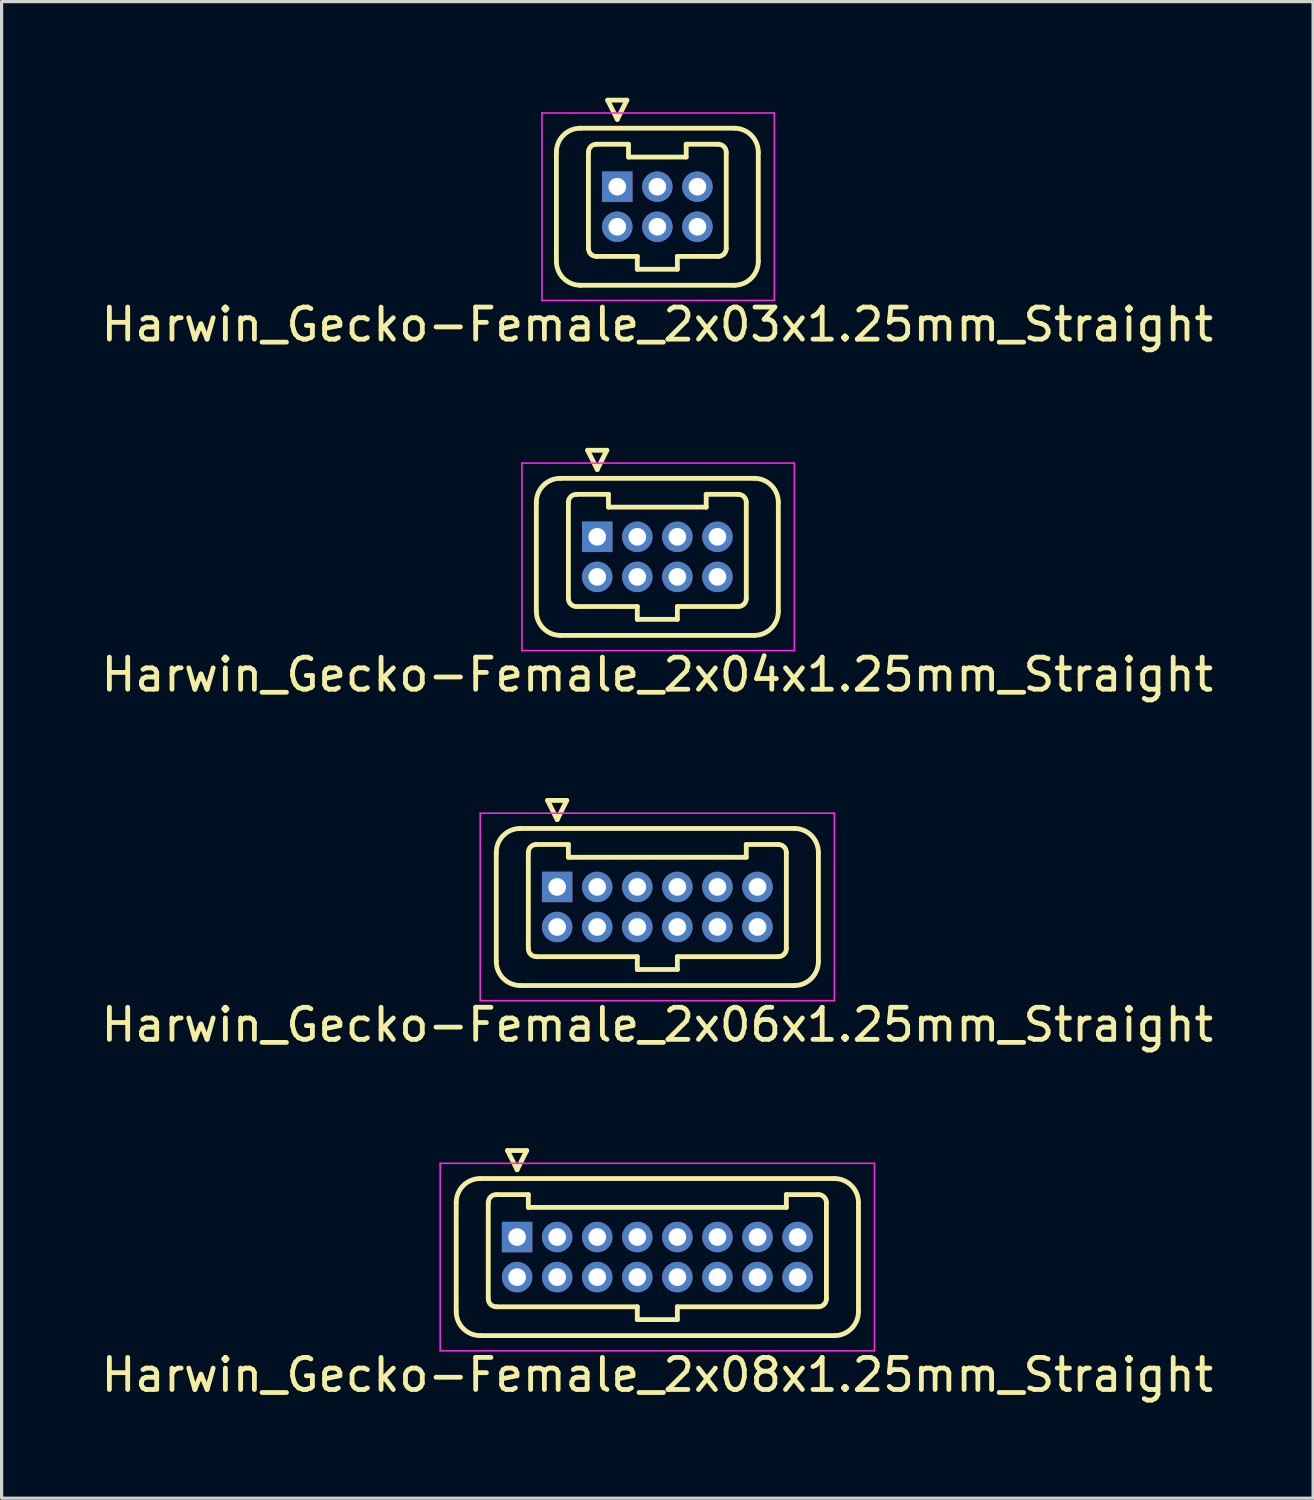
<source format=kicad_pcb>
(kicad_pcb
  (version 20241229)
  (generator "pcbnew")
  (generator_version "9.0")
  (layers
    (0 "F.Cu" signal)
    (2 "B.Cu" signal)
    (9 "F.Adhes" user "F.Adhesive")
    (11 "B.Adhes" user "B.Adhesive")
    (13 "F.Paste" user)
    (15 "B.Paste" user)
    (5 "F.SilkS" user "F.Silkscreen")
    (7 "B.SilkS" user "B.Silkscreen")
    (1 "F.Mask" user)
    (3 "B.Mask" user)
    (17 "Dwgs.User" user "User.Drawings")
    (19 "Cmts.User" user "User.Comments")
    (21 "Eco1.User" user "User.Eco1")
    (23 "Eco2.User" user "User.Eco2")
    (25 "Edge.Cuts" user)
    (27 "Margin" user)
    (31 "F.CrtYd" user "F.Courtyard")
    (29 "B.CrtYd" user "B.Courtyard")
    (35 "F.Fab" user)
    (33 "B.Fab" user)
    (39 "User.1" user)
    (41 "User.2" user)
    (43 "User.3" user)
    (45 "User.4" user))
  (footprint "Harwin_Gecko-Female_2x03x1.25mm_Straight"
    (layer "F.Cu")
    (at 16.208 2.775)
    (property "Reference" "Harwin_Gecko-Female_2x03x1.25mm_Straight" (at 1.25 4.3 0) (layer "F.SilkS") (effects (font (size 1 1) (thickness 0.15))))
    (attr through_hole)
    (fp_line (start -1.9 -1.075) (end -1.9 2.325) (stroke (width 0.15) (type solid)) (layer "F.SilkS"))
    (fp_line (start -1.15 -1.825) (end 3.65 -1.825) (stroke (width 0.15) (type solid)) (layer "F.SilkS"))
    (fp_line (start -1.15 3.075) (end 3.65 3.075) (stroke (width 0.15) (type solid)) (layer "F.SilkS"))
    (fp_line (start -0.9 -1.075) (end -0.9 1.925) (stroke (width 0.15) (type solid)) (layer "F.SilkS"))
    (fp_line (start -0.65 -1.325) (end 0.35 -1.325) (stroke (width 0.15) (type solid)) (layer "F.SilkS"))
    (fp_line (start -0.65 2.175) (end 0.625 2.175) (stroke (width 0.15) (type solid)) (layer "F.SilkS"))
    (fp_line (start -0.3 -2.7) (end 0.3 -2.7) (stroke (width 0.15) (type solid)) (layer "F.SilkS"))
    (fp_line (start 0 -2.1) (end -0.3 -2.7) (stroke (width 0.15) (type solid)) (layer "F.SilkS"))
    (fp_line (start 0.3 -2.7) (end 0 -2.1) (stroke (width 0.15) (type solid)) (layer "F.SilkS"))
    (fp_line (start 0.35 -1.325) (end 0.35 -0.925) (stroke (width 0.15) (type solid)) (layer "F.SilkS"))
    (fp_line (start 0.35 -0.925) (end 2.15 -0.925) (stroke (width 0.15) (type solid)) (layer "F.SilkS"))
    (fp_line (start 0.625 2.175) (end 0.625 2.575) (stroke (width 0.15) (type solid)) (layer "F.SilkS"))
    (fp_line (start 0.625 2.575) (end 1.875 2.575) (stroke (width 0.15) (type solid)) (layer "F.SilkS"))
    (fp_line (start 1.875 2.175) (end 3.15 2.175) (stroke (width 0.15) (type solid)) (layer "F.SilkS"))
    (fp_line (start 1.875 2.575) (end 1.875 2.175) (stroke (width 0.15) (type solid)) (layer "F.SilkS"))
    (fp_line (start 2.15 -1.325) (end 3.15 -1.325) (stroke (width 0.15) (type solid)) (layer "F.SilkS"))
    (fp_line (start 2.15 -0.925) (end 2.15 -1.325) (stroke (width 0.15) (type solid)) (layer "F.SilkS"))
    (fp_line (start 3.4 -1.075) (end 3.4 1.925) (stroke (width 0.15) (type solid)) (layer "F.SilkS"))
    (fp_line (start 4.4 -1.075) (end 4.4 2.325) (stroke (width 0.15) (type solid)) (layer "F.SilkS"))
    (fp_arc (start -1.9 -1.075) (mid -1.68033 -1.60533) (end -1.15 -1.825) (stroke (width 0.15) (type solid)) (layer "F.SilkS"))
    (fp_arc (start -1.15 3.075) (mid -1.68033 2.85533) (end -1.9 2.325) (stroke (width 0.15) (type solid)) (layer "F.SilkS"))
    (fp_arc (start -0.9 -1.075) (mid -0.826777 -1.251777) (end -0.65 -1.325) (stroke (width 0.15) (type solid)) (layer "F.SilkS"))
    (fp_arc (start -0.65 2.175) (mid -0.826777 2.101777) (end -0.9 1.925) (stroke (width 0.15) (type solid)) (layer "F.SilkS"))
    (fp_arc (start 3.15 -1.325) (mid 3.326777 -1.251777) (end 3.4 -1.075) (stroke (width 0.15) (type solid)) (layer "F.SilkS"))
    (fp_arc (start 3.4 1.925) (mid 3.326777 2.101777) (end 3.15 2.175) (stroke (width 0.15) (type solid)) (layer "F.SilkS"))
    (fp_arc (start 3.65 -1.825) (mid 4.18033 -1.60533) (end 4.4 -1.075) (stroke (width 0.15) (type solid)) (layer "F.SilkS"))
    (fp_arc (start 4.4 2.325) (mid 4.18033 2.85533) (end 3.65 3.075) (stroke (width 0.15) (type solid)) (layer "F.SilkS"))
    (fp_line (start -2.35 -2.3) (end -2.35 3.55) (stroke (width 0.05) (type solid)) (layer "F.CrtYd"))
    (fp_line (start -2.35 3.55) (end 4.9 3.55) (stroke (width 0.05) (type solid)) (layer "F.CrtYd"))
    (fp_line (start 4.9 -2.3) (end -2.35 -2.3) (stroke (width 0.05) (type solid)) (layer "F.CrtYd"))
    (fp_line (start 4.9 3.55) (end 4.9 -2.3) (stroke (width 0.05) (type solid)) (layer "F.CrtYd"))
    (pad "1" thru_hole rect (at 0 0) (size 0.95 0.95) (drill 0.55) (layers "*.Cu" "*.Mask"))
    (pad "2" thru_hole circle (at 0 1.25) (size 0.95 0.95) (drill 0.55) (layers "*.Cu" "*.Mask"))
    (pad "3" thru_hole circle (at 1.25 0) (size 0.95 0.95) (drill 0.55) (layers "*.Cu" "*.Mask"))
    (pad "4" thru_hole circle (at 1.25 1.25) (size 0.95 0.95) (drill 0.55) (layers "*.Cu" "*.Mask"))
    (pad "5" thru_hole circle (at 2.5 0) (size 0.95 0.95) (drill 0.55) (layers "*.Cu" "*.Mask"))
    (pad "6" thru_hole circle (at 2.5 1.25) (size 0.95 0.95) (drill 0.55) (layers "*.Cu" "*.Mask")))
  (footprint "Harwin_Gecko-Female_2x04x1.25mm_Straight"
    (layer "F.Cu")
    (at 15.583 13.698)
    (property "Reference" "Harwin_Gecko-Female_2x04x1.25mm_Straight" (at 1.875 4.3 0) (layer "F.SilkS") (effects (font (size 1 1) (thickness 0.15))))
    (attr through_hole)
    (fp_line (start -1.9 -1.075) (end -1.9 2.325) (stroke (width 0.15) (type solid)) (layer "F.SilkS"))
    (fp_line (start -1.15 -1.825) (end 4.9 -1.825) (stroke (width 0.15) (type solid)) (layer "F.SilkS"))
    (fp_line (start -1.15 3.075) (end 4.9 3.075) (stroke (width 0.15) (type solid)) (layer "F.SilkS"))
    (fp_line (start -0.9 -1.075) (end -0.9 1.925) (stroke (width 0.15) (type solid)) (layer "F.SilkS"))
    (fp_line (start -0.65 -1.325) (end 0.35 -1.325) (stroke (width 0.15) (type solid)) (layer "F.SilkS"))
    (fp_line (start -0.65 2.175) (end 1.25 2.175) (stroke (width 0.15) (type solid)) (layer "F.SilkS"))
    (fp_line (start -0.3 -2.7) (end 0.3 -2.7) (stroke (width 0.15) (type solid)) (layer "F.SilkS"))
    (fp_line (start 0 -2.1) (end -0.3 -2.7) (stroke (width 0.15) (type solid)) (layer "F.SilkS"))
    (fp_line (start 0.3 -2.7) (end 0 -2.1) (stroke (width 0.15) (type solid)) (layer "F.SilkS"))
    (fp_line (start 0.35 -1.325) (end 0.35 -0.925) (stroke (width 0.15) (type solid)) (layer "F.SilkS"))
    (fp_line (start 0.35 -0.925) (end 3.4 -0.925) (stroke (width 0.15) (type solid)) (layer "F.SilkS"))
    (fp_line (start 1.25 2.175) (end 1.25 2.575) (stroke (width 0.15) (type solid)) (layer "F.SilkS"))
    (fp_line (start 1.25 2.575) (end 2.5 2.575) (stroke (width 0.15) (type solid)) (layer "F.SilkS"))
    (fp_line (start 2.5 2.175) (end 4.4 2.175) (stroke (width 0.15) (type solid)) (layer "F.SilkS"))
    (fp_line (start 2.5 2.575) (end 2.5 2.175) (stroke (width 0.15) (type solid)) (layer "F.SilkS"))
    (fp_line (start 3.4 -1.325) (end 4.4 -1.325) (stroke (width 0.15) (type solid)) (layer "F.SilkS"))
    (fp_line (start 3.4 -0.925) (end 3.4 -1.325) (stroke (width 0.15) (type solid)) (layer "F.SilkS"))
    (fp_line (start 4.65 -1.075) (end 4.65 1.925) (stroke (width 0.15) (type solid)) (layer "F.SilkS"))
    (fp_line (start 5.65 -1.075) (end 5.65 2.325) (stroke (width 0.15) (type solid)) (layer "F.SilkS"))
    (fp_arc (start -1.9 -1.075) (mid -1.68033 -1.60533) (end -1.15 -1.825) (stroke (width 0.15) (type solid)) (layer "F.SilkS"))
    (fp_arc (start -1.15 3.075) (mid -1.68033 2.85533) (end -1.9 2.325) (stroke (width 0.15) (type solid)) (layer "F.SilkS"))
    (fp_arc (start -0.9 -1.075) (mid -0.826777 -1.251777) (end -0.65 -1.325) (stroke (width 0.15) (type solid)) (layer "F.SilkS"))
    (fp_arc (start -0.65 2.175) (mid -0.826777 2.101777) (end -0.9 1.925) (stroke (width 0.15) (type solid)) (layer "F.SilkS"))
    (fp_arc (start 4.4 -1.325) (mid 4.576777 -1.251777) (end 4.65 -1.075) (stroke (width 0.15) (type solid)) (layer "F.SilkS"))
    (fp_arc (start 4.65 1.925) (mid 4.576777 2.101777) (end 4.4 2.175) (stroke (width 0.15) (type solid)) (layer "F.SilkS"))
    (fp_arc (start 4.9 -1.825) (mid 5.43033 -1.60533) (end 5.65 -1.075) (stroke (width 0.15) (type solid)) (layer "F.SilkS"))
    (fp_arc (start 5.65 2.325) (mid 5.43033 2.85533) (end 4.9 3.075) (stroke (width 0.15) (type solid)) (layer "F.SilkS"))
    (fp_line (start -2.35 -2.3) (end -2.35 3.55) (stroke (width 0.05) (type solid)) (layer "F.CrtYd"))
    (fp_line (start -2.35 3.55) (end 6.15 3.55) (stroke (width 0.05) (type solid)) (layer "F.CrtYd"))
    (fp_line (start 6.15 -2.3) (end -2.35 -2.3) (stroke (width 0.05) (type solid)) (layer "F.CrtYd"))
    (fp_line (start 6.15 3.55) (end 6.15 -2.3) (stroke (width 0.05) (type solid)) (layer "F.CrtYd"))
    (pad "1" thru_hole rect (at 0 0) (size 0.95 0.95) (drill 0.55) (layers "*.Cu" "*.Mask"))
    (pad "2" thru_hole circle (at 0 1.25) (size 0.95 0.95) (drill 0.55) (layers "*.Cu" "*.Mask"))
    (pad "3" thru_hole circle (at 1.25 0) (size 0.95 0.95) (drill 0.55) (layers "*.Cu" "*.Mask"))
    (pad "4" thru_hole circle (at 1.25 1.25) (size 0.95 0.95) (drill 0.55) (layers "*.Cu" "*.Mask"))
    (pad "5" thru_hole circle (at 2.5 0) (size 0.95 0.95) (drill 0.55) (layers "*.Cu" "*.Mask"))
    (pad "6" thru_hole circle (at 2.5 1.25) (size 0.95 0.95) (drill 0.55) (layers "*.Cu" "*.Mask"))
    (pad "7" thru_hole circle (at 3.75 0) (size 0.95 0.95) (drill 0.55) (layers "*.Cu" "*.Mask"))
    (pad "8" thru_hole circle (at 3.75 1.25) (size 0.95 0.95) (drill 0.55) (layers "*.Cu" "*.Mask")))
  (footprint "Harwin_Gecko-Female_2x06x1.25mm_Straight"
    (layer "F.Cu")
    (at 14.333 24.622)
    (property "Reference" "Harwin_Gecko-Female_2x06x1.25mm_Straight" (at 3.125 4.3 0) (layer "F.SilkS") (effects (font (size 1 1) (thickness 0.15))))
    (attr through_hole)
    (fp_line (start -1.9 -1.075) (end -1.9 2.325) (stroke (width 0.15) (type solid)) (layer "F.SilkS"))
    (fp_line (start -1.15 -1.825) (end 7.4 -1.825) (stroke (width 0.15) (type solid)) (layer "F.SilkS"))
    (fp_line (start -1.15 3.075) (end 7.4 3.075) (stroke (width 0.15) (type solid)) (layer "F.SilkS"))
    (fp_line (start -0.9 -1.075) (end -0.9 1.925) (stroke (width 0.15) (type solid)) (layer "F.SilkS"))
    (fp_line (start -0.65 -1.325) (end 0.35 -1.325) (stroke (width 0.15) (type solid)) (layer "F.SilkS"))
    (fp_line (start -0.65 2.175) (end 2.5 2.175) (stroke (width 0.15) (type solid)) (layer "F.SilkS"))
    (fp_line (start -0.3 -2.7) (end 0.3 -2.7) (stroke (width 0.15) (type solid)) (layer "F.SilkS"))
    (fp_line (start 0 -2.1) (end -0.3 -2.7) (stroke (width 0.15) (type solid)) (layer "F.SilkS"))
    (fp_line (start 0.3 -2.7) (end 0 -2.1) (stroke (width 0.15) (type solid)) (layer "F.SilkS"))
    (fp_line (start 0.35 -1.325) (end 0.35 -0.925) (stroke (width 0.15) (type solid)) (layer "F.SilkS"))
    (fp_line (start 0.35 -0.925) (end 5.9 -0.925) (stroke (width 0.15) (type solid)) (layer "F.SilkS"))
    (fp_line (start 2.5 2.175) (end 2.5 2.575) (stroke (width 0.15) (type solid)) (layer "F.SilkS"))
    (fp_line (start 2.5 2.575) (end 3.75 2.575) (stroke (width 0.15) (type solid)) (layer "F.SilkS"))
    (fp_line (start 3.75 2.175) (end 6.9 2.175) (stroke (width 0.15) (type solid)) (layer "F.SilkS"))
    (fp_line (start 3.75 2.575) (end 3.75 2.175) (stroke (width 0.15) (type solid)) (layer "F.SilkS"))
    (fp_line (start 5.9 -1.325) (end 6.9 -1.325) (stroke (width 0.15) (type solid)) (layer "F.SilkS"))
    (fp_line (start 5.9 -0.925) (end 5.9 -1.325) (stroke (width 0.15) (type solid)) (layer "F.SilkS"))
    (fp_line (start 7.15 -1.075) (end 7.15 1.925) (stroke (width 0.15) (type solid)) (layer "F.SilkS"))
    (fp_line (start 8.15 -1.075) (end 8.15 2.325) (stroke (width 0.15) (type solid)) (layer "F.SilkS"))
    (fp_arc (start -1.9 -1.075) (mid -1.68033 -1.60533) (end -1.15 -1.825) (stroke (width 0.15) (type solid)) (layer "F.SilkS"))
    (fp_arc (start -1.15 3.075) (mid -1.68033 2.85533) (end -1.9 2.325) (stroke (width 0.15) (type solid)) (layer "F.SilkS"))
    (fp_arc (start -0.9 -1.075) (mid -0.826777 -1.251777) (end -0.65 -1.325) (stroke (width 0.15) (type solid)) (layer "F.SilkS"))
    (fp_arc (start -0.65 2.175) (mid -0.826777 2.101777) (end -0.9 1.925) (stroke (width 0.15) (type solid)) (layer "F.SilkS"))
    (fp_arc (start 6.9 -1.325) (mid 7.076777 -1.251777) (end 7.15 -1.075) (stroke (width 0.15) (type solid)) (layer "F.SilkS"))
    (fp_arc (start 7.15 1.925) (mid 7.076777 2.101777) (end 6.9 2.175) (stroke (width 0.15) (type solid)) (layer "F.SilkS"))
    (fp_arc (start 7.4 -1.825) (mid 7.93033 -1.60533) (end 8.15 -1.075) (stroke (width 0.15) (type solid)) (layer "F.SilkS"))
    (fp_arc (start 8.15 2.325) (mid 7.93033 2.85533) (end 7.4 3.075) (stroke (width 0.15) (type solid)) (layer "F.SilkS"))
    (fp_line (start -2.4 -2.3) (end -2.4 3.55) (stroke (width 0.05) (type solid)) (layer "F.CrtYd"))
    (fp_line (start -2.4 3.55) (end 8.65 3.55) (stroke (width 0.05) (type solid)) (layer "F.CrtYd"))
    (fp_line (start 8.65 -2.3) (end -2.4 -2.3) (stroke (width 0.05) (type solid)) (layer "F.CrtYd"))
    (fp_line (start 8.65 3.55) (end 8.65 -2.3) (stroke (width 0.05) (type solid)) (layer "F.CrtYd"))
    (pad "1" thru_hole rect (at 0 0) (size 0.95 0.95) (drill 0.55) (layers "*.Cu" "*.Mask"))
    (pad "2" thru_hole circle (at 0 1.25) (size 0.95 0.95) (drill 0.55) (layers "*.Cu" "*.Mask"))
    (pad "3" thru_hole circle (at 1.25 0) (size 0.95 0.95) (drill 0.55) (layers "*.Cu" "*.Mask"))
    (pad "4" thru_hole circle (at 1.25 1.25) (size 0.95 0.95) (drill 0.55) (layers "*.Cu" "*.Mask"))
    (pad "5" thru_hole circle (at 2.5 0) (size 0.95 0.95) (drill 0.55) (layers "*.Cu" "*.Mask"))
    (pad "6" thru_hole circle (at 2.5 1.25) (size 0.95 0.95) (drill 0.55) (layers "*.Cu" "*.Mask"))
    (pad "7" thru_hole circle (at 3.75 0) (size 0.95 0.95) (drill 0.55) (layers "*.Cu" "*.Mask"))
    (pad "8" thru_hole circle (at 3.75 1.25) (size 0.95 0.95) (drill 0.55) (layers "*.Cu" "*.Mask"))
    (pad "9" thru_hole circle (at 5 0) (size 0.95 0.95) (drill 0.55) (layers "*.Cu" "*.Mask"))
    (pad "10" thru_hole circle (at 5 1.25) (size 0.95 0.95) (drill 0.55) (layers "*.Cu" "*.Mask"))
    (pad "11" thru_hole circle (at 6.25 0) (size 0.95 0.95) (drill 0.55) (layers "*.Cu" "*.Mask"))
    (pad "12" thru_hole circle (at 6.25 1.25) (size 0.95 0.95) (drill 0.55) (layers "*.Cu" "*.Mask")))
  (footprint "Harwin_Gecko-Female_2x08x1.25mm_Straight"
    (layer "F.Cu")
    (at 13.083 35.545)
    (property "Reference" "Harwin_Gecko-Female_2x08x1.25mm_Straight" (at 4.375 4.3 0) (layer "F.SilkS") (effects (font (size 1 1) (thickness 0.15))))
    (attr through_hole)
    (fp_line (start -1.9 -1.075) (end -1.9 2.325) (stroke (width 0.15) (type solid)) (layer "F.SilkS"))
    (fp_line (start -1.15 -1.825) (end 9.9 -1.825) (stroke (width 0.15) (type solid)) (layer "F.SilkS"))
    (fp_line (start -1.15 3.075) (end 9.9 3.075) (stroke (width 0.15) (type solid)) (layer "F.SilkS"))
    (fp_line (start -0.9 -1.075) (end -0.9 1.925) (stroke (width 0.15) (type solid)) (layer "F.SilkS"))
    (fp_line (start -0.65 -1.325) (end 0.35 -1.325) (stroke (width 0.15) (type solid)) (layer "F.SilkS"))
    (fp_line (start -0.65 2.175) (end 3.75 2.175) (stroke (width 0.15) (type solid)) (layer "F.SilkS"))
    (fp_line (start -0.3 -2.7) (end 0.3 -2.7) (stroke (width 0.15) (type solid)) (layer "F.SilkS"))
    (fp_line (start 0 -2.1) (end -0.3 -2.7) (stroke (width 0.15) (type solid)) (layer "F.SilkS"))
    (fp_line (start 0.3 -2.7) (end 0 -2.1) (stroke (width 0.15) (type solid)) (layer "F.SilkS"))
    (fp_line (start 0.35 -1.325) (end 0.35 -0.925) (stroke (width 0.15) (type solid)) (layer "F.SilkS"))
    (fp_line (start 0.35 -0.925) (end 8.4 -0.925) (stroke (width 0.15) (type solid)) (layer "F.SilkS"))
    (fp_line (start 3.75 2.175) (end 3.75 2.575) (stroke (width 0.15) (type solid)) (layer "F.SilkS"))
    (fp_line (start 3.75 2.575) (end 5 2.575) (stroke (width 0.15) (type solid)) (layer "F.SilkS"))
    (fp_line (start 5 2.175) (end 9.4 2.175) (stroke (width 0.15) (type solid)) (layer "F.SilkS"))
    (fp_line (start 5 2.575) (end 5 2.175) (stroke (width 0.15) (type solid)) (layer "F.SilkS"))
    (fp_line (start 8.4 -1.325) (end 9.4 -1.325) (stroke (width 0.15) (type solid)) (layer "F.SilkS"))
    (fp_line (start 8.4 -0.925) (end 8.4 -1.325) (stroke (width 0.15) (type solid)) (layer "F.SilkS"))
    (fp_line (start 9.65 -1.075) (end 9.65 1.925) (stroke (width 0.15) (type solid)) (layer "F.SilkS"))
    (fp_line (start 10.65 -1.075) (end 10.65 2.325) (stroke (width 0.15) (type solid)) (layer "F.SilkS"))
    (fp_arc (start -1.9 -1.075) (mid -1.68033 -1.60533) (end -1.15 -1.825) (stroke (width 0.15) (type solid)) (layer "F.SilkS"))
    (fp_arc (start -1.15 3.075) (mid -1.68033 2.85533) (end -1.9 2.325) (stroke (width 0.15) (type solid)) (layer "F.SilkS"))
    (fp_arc (start -0.9 -1.075) (mid -0.826777 -1.251777) (end -0.65 -1.325) (stroke (width 0.15) (type solid)) (layer "F.SilkS"))
    (fp_arc (start -0.65 2.175) (mid -0.826777 2.101777) (end -0.9 1.925) (stroke (width 0.15) (type solid)) (layer "F.SilkS"))
    (fp_arc (start 9.4 -1.325) (mid 9.576777 -1.251777) (end 9.65 -1.075) (stroke (width 0.15) (type solid)) (layer "F.SilkS"))
    (fp_arc (start 9.65 1.925) (mid 9.576777 2.101777) (end 9.4 2.175) (stroke (width 0.15) (type solid)) (layer "F.SilkS"))
    (fp_arc (start 9.9 -1.825) (mid 10.43033 -1.60533) (end 10.65 -1.075) (stroke (width 0.15) (type solid)) (layer "F.SilkS"))
    (fp_arc (start 10.65 2.325) (mid 10.43033 2.85533) (end 9.9 3.075) (stroke (width 0.15) (type solid)) (layer "F.SilkS"))
    (fp_line (start -2.4 -2.3) (end -2.4 3.55) (stroke (width 0.05) (type solid)) (layer "F.CrtYd"))
    (fp_line (start -2.4 3.55) (end 11.15 3.55) (stroke (width 0.05) (type solid)) (layer "F.CrtYd"))
    (fp_line (start 11.15 -2.3) (end -2.4 -2.3) (stroke (width 0.05) (type solid)) (layer "F.CrtYd"))
    (fp_line (start 11.15 3.55) (end 11.15 -2.3) (stroke (width 0.05) (type solid)) (layer "F.CrtYd"))
    (pad "1" thru_hole rect (at 0 0) (size 0.95 0.95) (drill 0.55) (layers "*.Cu" "*.Mask"))
    (pad "2" thru_hole circle (at 0 1.25) (size 0.95 0.95) (drill 0.55) (layers "*.Cu" "*.Mask"))
    (pad "3" thru_hole circle (at 1.25 0) (size 0.95 0.95) (drill 0.55) (layers "*.Cu" "*.Mask"))
    (pad "4" thru_hole circle (at 1.25 1.25) (size 0.95 0.95) (drill 0.55) (layers "*.Cu" "*.Mask"))
    (pad "5" thru_hole circle (at 2.5 0) (size 0.95 0.95) (drill 0.55) (layers "*.Cu" "*.Mask"))
    (pad "6" thru_hole circle (at 2.5 1.25) (size 0.95 0.95) (drill 0.55) (layers "*.Cu" "*.Mask"))
    (pad "7" thru_hole circle (at 3.75 0) (size 0.95 0.95) (drill 0.55) (layers "*.Cu" "*.Mask"))
    (pad "8" thru_hole circle (at 3.75 1.25) (size 0.95 0.95) (drill 0.55) (layers "*.Cu" "*.Mask"))
    (pad "9" thru_hole circle (at 5 0) (size 0.95 0.95) (drill 0.55) (layers "*.Cu" "*.Mask"))
    (pad "10" thru_hole circle (at 5 1.25) (size 0.95 0.95) (drill 0.55) (layers "*.Cu" "*.Mask"))
    (pad "11" thru_hole circle (at 6.25 0) (size 0.95 0.95) (drill 0.55) (layers "*.Cu" "*.Mask"))
    (pad "12" thru_hole circle (at 6.25 1.25) (size 0.95 0.95) (drill 0.55) (layers "*.Cu" "*.Mask"))
    (pad "13" thru_hole circle (at 7.5 0) (size 0.95 0.95) (drill 0.55) (layers "*.Cu" "*.Mask"))
    (pad "14" thru_hole circle (at 7.5 1.25) (size 0.95 0.95) (drill 0.55) (layers "*.Cu" "*.Mask"))
    (pad "15" thru_hole circle (at 8.75 0) (size 0.95 0.95) (drill 0.55) (layers "*.Cu" "*.Mask"))
    (pad "16" thru_hole circle (at 8.75 1.25) (size 0.95 0.95) (drill 0.55) (layers "*.Cu" "*.Mask")))
  (gr_rect
    (start -3 -3)
    (end 37.917 43.693)
    (stroke (width 0.1) (type default))
    (fill no)
    (layer "Edge.Cuts")))
</source>
